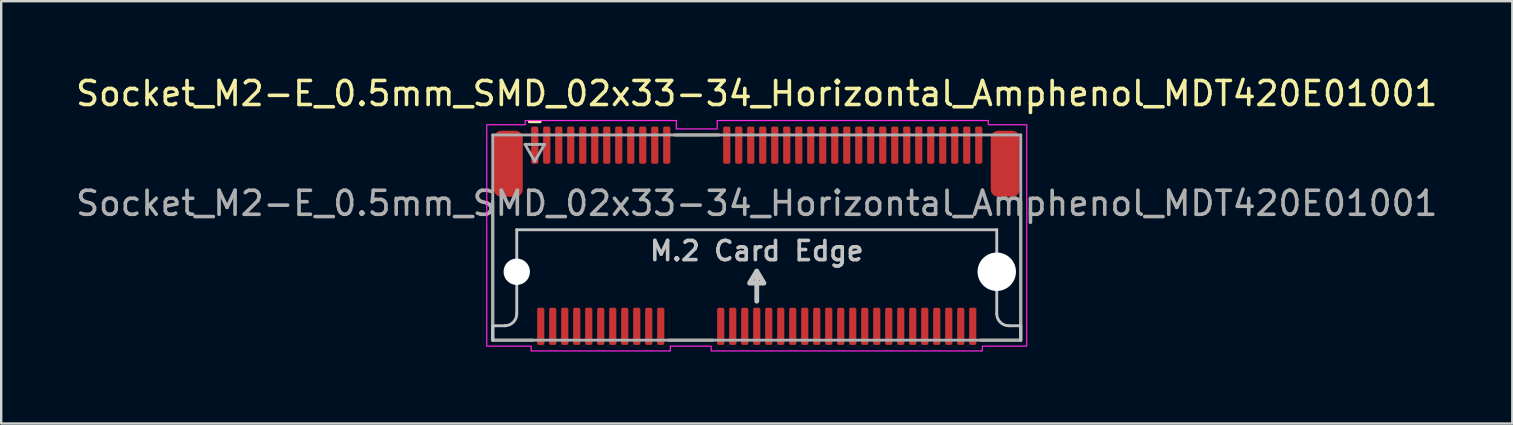
<source format=kicad_pcb>
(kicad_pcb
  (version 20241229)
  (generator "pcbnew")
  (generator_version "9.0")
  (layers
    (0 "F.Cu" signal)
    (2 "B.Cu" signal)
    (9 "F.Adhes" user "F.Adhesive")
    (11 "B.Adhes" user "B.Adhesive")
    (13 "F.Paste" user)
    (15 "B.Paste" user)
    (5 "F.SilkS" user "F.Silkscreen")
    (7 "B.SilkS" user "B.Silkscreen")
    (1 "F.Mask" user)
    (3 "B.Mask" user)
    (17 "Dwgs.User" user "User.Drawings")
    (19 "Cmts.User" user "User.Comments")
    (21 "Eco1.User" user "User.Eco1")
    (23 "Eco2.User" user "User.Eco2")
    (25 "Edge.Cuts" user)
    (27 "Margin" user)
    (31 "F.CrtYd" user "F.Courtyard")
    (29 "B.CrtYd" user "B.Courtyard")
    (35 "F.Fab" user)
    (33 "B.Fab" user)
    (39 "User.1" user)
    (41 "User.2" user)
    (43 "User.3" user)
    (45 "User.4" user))
  (footprint "Socket_M2-E_0.5mm_SMD_02x33-34_Horizontal_Amphenol_MDT420E01001"
    (layer "F.Cu")
    (at 28.482 6.848)
    (property "Reference" "Socket_M2-E_0.5mm_SMD_02x33-34_Horizontal_Amphenol_MDT420E01001" (at 0 -6 0) (layer "F.SilkS") (effects (font (size 1 1) (thickness 0.15))))
    (attr smd)
    (fp_line (start -11 4.275) (end -11 -1.52) (stroke (width 0.12) (type solid)) (layer "F.SilkS"))
    (fp_line (start -9.475 -4.825) (end -9.025 -4.825) (stroke (width 0.12) (type solid)) (layer "F.SilkS"))
    (fp_line (start -9.33 4.275) (end -11 4.275) (stroke (width 0.12) (type solid)) (layer "F.SilkS"))
    (fp_line (start -3.67 4.275) (end -1.83 4.275) (stroke (width 0.12) (type solid)) (layer "F.SilkS"))
    (fp_line (start -3.42 -4.275) (end -1.58 -4.275) (stroke (width 0.12) (type solid)) (layer "F.SilkS"))
    (fp_line (start 11 4.275) (end 9.33 4.275) (stroke (width 0.12) (type solid)) (layer "F.SilkS"))
    (fp_line (start 11 4.275) (end 11 -1.52) (stroke (width 0.12) (type solid)) (layer "F.SilkS"))
    (fp_line (start -11 4.275) (end -11 3.675) (stroke (width 0.12) (type default)) (layer "Dwgs.User"))
    (fp_line (start -10.5 3.675) (end -11 3.675) (stroke (width 0.12) (type default)) (layer "Dwgs.User"))
    (fp_line (start -10 -0.325) (end -10 3.175) (stroke (width 0.12) (type default)) (layer "Dwgs.User"))
    (fp_line (start 0 2.65) (end 0 1.4) (stroke (width 0.2) (type default)) (layer "Dwgs.User"))
    (fp_line (start 10 -0.325) (end -10 -0.325) (stroke (width 0.12) (type default)) (layer "Dwgs.User"))
    (fp_line (start 10 -0.325) (end 10 3.175) (stroke (width 0.12) (type default)) (layer "Dwgs.User"))
    (fp_line (start 10.5 3.675) (end 11 3.675) (stroke (width 0.12) (type default)) (layer "Dwgs.User"))
    (fp_line (start 11 4.275) (end 11 3.675) (stroke (width 0.12) (type default)) (layer "Dwgs.User"))
    (fp_arc (start -10 3.175) (mid -10.146447 3.528553) (end -10.5 3.675) (stroke (width 0.12) (type default)) (layer "Dwgs.User"))
    (fp_arc (start 10.5 3.675) (mid 10.146447 3.528553) (end 10 3.175) (stroke (width 0.12) (type default)) (layer "Dwgs.User"))
    (fp_poly (pts (xy 0 1.4) (xy -0.3 1.9) (xy 0.3 1.9)) (stroke (width 0.2) (type solid)) (fill no) (layer "Dwgs.User"))
    (fp_poly (pts (xy 11.25 -4.7) (xy 11.25 4.525) (xy 9.4 4.525) (xy 9.4 4.725) (xy -1.9 4.725) (xy -1.9 4.525) (xy -3.6 4.525) (xy -3.6 4.725) (xy -9.4 4.725) (xy -9.4 4.525) (xy -11.25 4.525) (xy -11.25 -4.7) (xy -9.65 -4.7) (xy -9.65 -4.875) (xy -3.35 -4.875) (xy -3.35 -4.525) (xy -1.65 -4.525) (xy -1.65 -4.875) (xy 9.65 -4.875) (xy 9.65 -4.7)) (stroke (width 0.05) (type solid)) (fill no) (layer "F.CrtYd"))
    (fp_line (start -11 -4.275) (end 11 -4.275) (stroke (width 0.12) (type solid)) (layer "F.Fab"))
    (fp_line (start -11 4.275) (end -11 -4.275) (stroke (width 0.12) (type solid)) (layer "F.Fab"))
    (fp_line (start -9.655 -3.881) (end -9.25 -3.18) (stroke (width 0.12) (type solid)) (layer "F.Fab"))
    (fp_line (start -9.25 -3.18) (end -8.845 -3.881) (stroke (width 0.12) (type solid)) (layer "F.Fab"))
    (fp_line (start -8.845 -3.881) (end -9.655 -3.881) (stroke (width 0.12) (type solid)) (layer "F.Fab"))
    (fp_line (start 11 -4.275) (end 11 4.275) (stroke (width 0.12) (type solid)) (layer "F.Fab"))
    (fp_line (start 11 4.275) (end -11 4.275) (stroke (width 0.12) (type solid)) (layer "F.Fab"))
    (fp_text user "M.2 Card Edge" (at 0 1.025 0) (unlocked yes) (layer "Dwgs.User") (effects (font (size 0.8 0.8) (thickness 0.15)) (justify bottom)))
    (fp_text user "${REFERENCE}" (at 0 -1.425 0) (layer "F.Fab") (effects (font (size 1 1) (thickness 0.15))))
    (pad "" np_thru_hole circle (at -10 1.425) (size 1.1 1.1) (drill 1.1) (layers "*.Cu" "*.Mask"))
    (pad "" np_thru_hole circle (at 10 1.425) (size 1.6 1.6) (drill 1.6) (layers "*.Cu" "*.Mask"))
    (pad "1" smd roundrect (at -9.25 -3.85) (size 0.3 1.55) (layers "F.Cu" "F.Mask" "F.Paste") (roundrect_rratio 0.25))
    (pad "2" smd roundrect (at -9 3.7) (size 0.3 1.55) (layers "F.Cu" "F.Mask" "F.Paste") (roundrect_rratio 0.25))
    (pad "3" smd roundrect (at -8.75 -3.85) (size 0.3 1.55) (layers "F.Cu" "F.Mask" "F.Paste") (roundrect_rratio 0.25))
    (pad "4" smd roundrect (at -8.5 3.7) (size 0.3 1.55) (layers "F.Cu" "F.Mask" "F.Paste") (roundrect_rratio 0.25))
    (pad "5" smd roundrect (at -8.25 -3.85) (size 0.3 1.55) (layers "F.Cu" "F.Mask" "F.Paste") (roundrect_rratio 0.25))
    (pad "6" smd roundrect (at -8 3.7) (size 0.3 1.55) (layers "F.Cu" "F.Mask" "F.Paste") (roundrect_rratio 0.25))
    (pad "7" smd roundrect (at -7.75 -3.85) (size 0.3 1.55) (layers "F.Cu" "F.Mask" "F.Paste") (roundrect_rratio 0.25))
    (pad "8" smd roundrect (at -7.5 3.7) (size 0.3 1.55) (layers "F.Cu" "F.Mask" "F.Paste") (roundrect_rratio 0.25))
    (pad "9" smd roundrect (at -7.25 -3.85) (size 0.3 1.55) (layers "F.Cu" "F.Mask" "F.Paste") (roundrect_rratio 0.25))
    (pad "10" smd roundrect (at -7 3.7) (size 0.3 1.55) (layers "F.Cu" "F.Mask" "F.Paste") (roundrect_rratio 0.25))
    (pad "11" smd roundrect (at -6.75 -3.85) (size 0.3 1.55) (layers "F.Cu" "F.Mask" "F.Paste") (roundrect_rratio 0.25))
    (pad "12" smd roundrect (at -6.5 3.7) (size 0.3 1.55) (layers "F.Cu" "F.Mask" "F.Paste") (roundrect_rratio 0.25))
    (pad "13" smd roundrect (at -6.25 -3.85) (size 0.3 1.55) (layers "F.Cu" "F.Mask" "F.Paste") (roundrect_rratio 0.25))
    (pad "14" smd roundrect (at -6 3.7) (size 0.3 1.55) (layers "F.Cu" "F.Mask" "F.Paste") (roundrect_rratio 0.25))
    (pad "15" smd roundrect (at -5.75 -3.85) (size 0.3 1.55) (layers "F.Cu" "F.Mask" "F.Paste") (roundrect_rratio 0.25))
    (pad "16" smd roundrect (at -5.5 3.7) (size 0.3 1.55) (layers "F.Cu" "F.Mask" "F.Paste") (roundrect_rratio 0.25))
    (pad "17" smd roundrect (at -5.25 -3.85) (size 0.3 1.55) (layers "F.Cu" "F.Mask" "F.Paste") (roundrect_rratio 0.25))
    (pad "18" smd roundrect (at -5 3.7) (size 0.3 1.55) (layers "F.Cu" "F.Mask" "F.Paste") (roundrect_rratio 0.25))
    (pad "19" smd roundrect (at -4.75 -3.85) (size 0.3 1.55) (layers "F.Cu" "F.Mask" "F.Paste") (roundrect_rratio 0.25))
    (pad "20" smd roundrect (at -4.5 3.7) (size 0.3 1.55) (layers "F.Cu" "F.Mask" "F.Paste") (roundrect_rratio 0.25))
    (pad "21" smd roundrect (at -4.25 -3.85) (size 0.3 1.55) (layers "F.Cu" "F.Mask" "F.Paste") (roundrect_rratio 0.25))
    (pad "22" smd roundrect (at -4 3.7) (size 0.3 1.55) (layers "F.Cu" "F.Mask" "F.Paste") (roundrect_rratio 0.25))
    (pad "23" smd roundrect (at -3.75 -3.85) (size 0.3 1.55) (layers "F.Cu" "F.Mask" "F.Paste") (roundrect_rratio 0.25))
    (pad "32" smd roundrect (at -1.5 3.7) (size 0.3 1.55) (layers "F.Cu" "F.Mask" "F.Paste") (roundrect_rratio 0.25))
    (pad "33" smd roundrect (at -1.25 -3.85) (size 0.3 1.55) (layers "F.Cu" "F.Mask" "F.Paste") (roundrect_rratio 0.25))
    (pad "34" smd roundrect (at -1 3.7) (size 0.3 1.55) (layers "F.Cu" "F.Mask" "F.Paste") (roundrect_rratio 0.25))
    (pad "35" smd roundrect (at -0.75 -3.85) (size 0.3 1.55) (layers "F.Cu" "F.Mask" "F.Paste") (roundrect_rratio 0.25))
    (pad "36" smd roundrect (at -0.5 3.7) (size 0.3 1.55) (layers "F.Cu" "F.Mask" "F.Paste") (roundrect_rratio 0.25))
    (pad "37" smd roundrect (at -0.25 -3.85) (size 0.3 1.55) (layers "F.Cu" "F.Mask" "F.Paste") (roundrect_rratio 0.25))
    (pad "38" smd roundrect (at 0 3.7) (size 0.3 1.55) (layers "F.Cu" "F.Mask" "F.Paste") (roundrect_rratio 0.25))
    (pad "39" smd roundrect (at 0.25 -3.85) (size 0.3 1.55) (layers "F.Cu" "F.Mask" "F.Paste") (roundrect_rratio 0.25))
    (pad "40" smd roundrect (at 0.5 3.7) (size 0.3 1.55) (layers "F.Cu" "F.Mask" "F.Paste") (roundrect_rratio 0.25))
    (pad "41" smd roundrect (at 0.75 -3.85) (size 0.3 1.55) (layers "F.Cu" "F.Mask" "F.Paste") (roundrect_rratio 0.25))
    (pad "42" smd roundrect (at 1 3.7) (size 0.3 1.55) (layers "F.Cu" "F.Mask" "F.Paste") (roundrect_rratio 0.25))
    (pad "43" smd roundrect (at 1.25 -3.85) (size 0.3 1.55) (layers "F.Cu" "F.Mask" "F.Paste") (roundrect_rratio 0.25))
    (pad "44" smd roundrect (at 1.5 3.7) (size 0.3 1.55) (layers "F.Cu" "F.Mask" "F.Paste") (roundrect_rratio 0.25))
    (pad "45" smd roundrect (at 1.75 -3.85) (size 0.3 1.55) (layers "F.Cu" "F.Mask" "F.Paste") (roundrect_rratio 0.25))
    (pad "46" smd roundrect (at 2 3.7) (size 0.3 1.55) (layers "F.Cu" "F.Mask" "F.Paste") (roundrect_rratio 0.25))
    (pad "47" smd roundrect (at 2.25 -3.85) (size 0.3 1.55) (layers "F.Cu" "F.Mask" "F.Paste") (roundrect_rratio 0.25))
    (pad "48" smd roundrect (at 2.5 3.7) (size 0.3 1.55) (layers "F.Cu" "F.Mask" "F.Paste") (roundrect_rratio 0.25))
    (pad "49" smd roundrect (at 2.75 -3.85) (size 0.3 1.55) (layers "F.Cu" "F.Mask" "F.Paste") (roundrect_rratio 0.25))
    (pad "50" smd roundrect (at 3 3.7) (size 0.3 1.55) (layers "F.Cu" "F.Mask" "F.Paste") (roundrect_rratio 0.25))
    (pad "51" smd roundrect (at 3.25 -3.85) (size 0.3 1.55) (layers "F.Cu" "F.Mask" "F.Paste") (roundrect_rratio 0.25))
    (pad "52" smd roundrect (at 3.5 3.7) (size 0.3 1.55) (layers "F.Cu" "F.Mask" "F.Paste") (roundrect_rratio 0.25))
    (pad "53" smd roundrect (at 3.75 -3.85) (size 0.3 1.55) (layers "F.Cu" "F.Mask" "F.Paste") (roundrect_rratio 0.25))
    (pad "54" smd roundrect (at 4 3.7) (size 0.3 1.55) (layers "F.Cu" "F.Mask" "F.Paste") (roundrect_rratio 0.25))
    (pad "55" smd roundrect (at 4.25 -3.85) (size 0.3 1.55) (layers "F.Cu" "F.Mask" "F.Paste") (roundrect_rratio 0.25))
    (pad "56" smd roundrect (at 4.5 3.7) (size 0.3 1.55) (layers "F.Cu" "F.Mask" "F.Paste") (roundrect_rratio 0.25))
    (pad "57" smd roundrect (at 4.75 -3.85) (size 0.3 1.55) (layers "F.Cu" "F.Mask" "F.Paste") (roundrect_rratio 0.25))
    (pad "58" smd roundrect (at 5 3.7) (size 0.3 1.55) (layers "F.Cu" "F.Mask" "F.Paste") (roundrect_rratio 0.25))
    (pad "59" smd roundrect (at 5.25 -3.85) (size 0.3 1.55) (layers "F.Cu" "F.Mask" "F.Paste") (roundrect_rratio 0.25))
    (pad "60" smd roundrect (at 5.5 3.7) (size 0.3 1.55) (layers "F.Cu" "F.Mask" "F.Paste") (roundrect_rratio 0.25))
    (pad "61" smd roundrect (at 5.75 -3.85) (size 0.3 1.55) (layers "F.Cu" "F.Mask" "F.Paste") (roundrect_rratio 0.25))
    (pad "62" smd roundrect (at 6 3.7) (size 0.3 1.55) (layers "F.Cu" "F.Mask" "F.Paste") (roundrect_rratio 0.25))
    (pad "63" smd roundrect (at 6.25 -3.85) (size 0.3 1.55) (layers "F.Cu" "F.Mask" "F.Paste") (roundrect_rratio 0.25))
    (pad "64" smd roundrect (at 6.5 3.7) (size 0.3 1.55) (layers "F.Cu" "F.Mask" "F.Paste") (roundrect_rratio 0.25))
    (pad "65" smd roundrect (at 6.75 -3.85) (size 0.3 1.55) (layers "F.Cu" "F.Mask" "F.Paste") (roundrect_rratio 0.25))
    (pad "66" smd roundrect (at 7 3.7) (size 0.3 1.55) (layers "F.Cu" "F.Mask" "F.Paste") (roundrect_rratio 0.25))
    (pad "67" smd roundrect (at 7.25 -3.85) (size 0.3 1.55) (layers "F.Cu" "F.Mask" "F.Paste") (roundrect_rratio 0.25))
    (pad "68" smd roundrect (at 7.5 3.7) (size 0.3 1.55) (layers "F.Cu" "F.Mask" "F.Paste") (roundrect_rratio 0.25))
    (pad "69" smd roundrect (at 7.75 -3.85) (size 0.3 1.55) (layers "F.Cu" "F.Mask" "F.Paste") (roundrect_rratio 0.25))
    (pad "70" smd roundrect (at 8 3.7) (size 0.3 1.55) (layers "F.Cu" "F.Mask" "F.Paste") (roundrect_rratio 0.25))
    (pad "71" smd roundrect (at 8.25 -3.85) (size 0.3 1.55) (layers "F.Cu" "F.Mask" "F.Paste") (roundrect_rratio 0.25))
    (pad "72" smd roundrect (at 8.5 3.7) (size 0.3 1.55) (layers "F.Cu" "F.Mask" "F.Paste") (roundrect_rratio 0.25))
    (pad "73" smd roundrect (at 8.75 -3.85) (size 0.3 1.55) (layers "F.Cu" "F.Mask" "F.Paste") (roundrect_rratio 0.25))
    (pad "74" smd roundrect (at 9 3.7) (size 0.3 1.55) (layers "F.Cu" "F.Mask" "F.Paste") (roundrect_rratio 0.25))
    (pad "75" smd roundrect (at 9.25 -3.85) (size 0.3 1.55) (layers "F.Cu" "F.Mask" "F.Paste") (roundrect_rratio 0.25))
    (pad "M1" smd roundrect (at -10.35 -3.075) (size 1.2 2.75) (layers "F.Cu" "F.Mask" "F.Paste") (roundrect_rratio 0.25))
    (pad "M2" smd roundrect (at 10.35 -3.075) (size 1.2 2.75) (layers "F.Cu" "F.Mask" "F.Paste") (roundrect_rratio 0.25)))
  (gr_rect
    (start -3 -3)
    (end 59.964 14.598)
    (stroke (width 0.1) (type default))
    (fill no)
    (layer "Edge.Cuts")))
</source>
